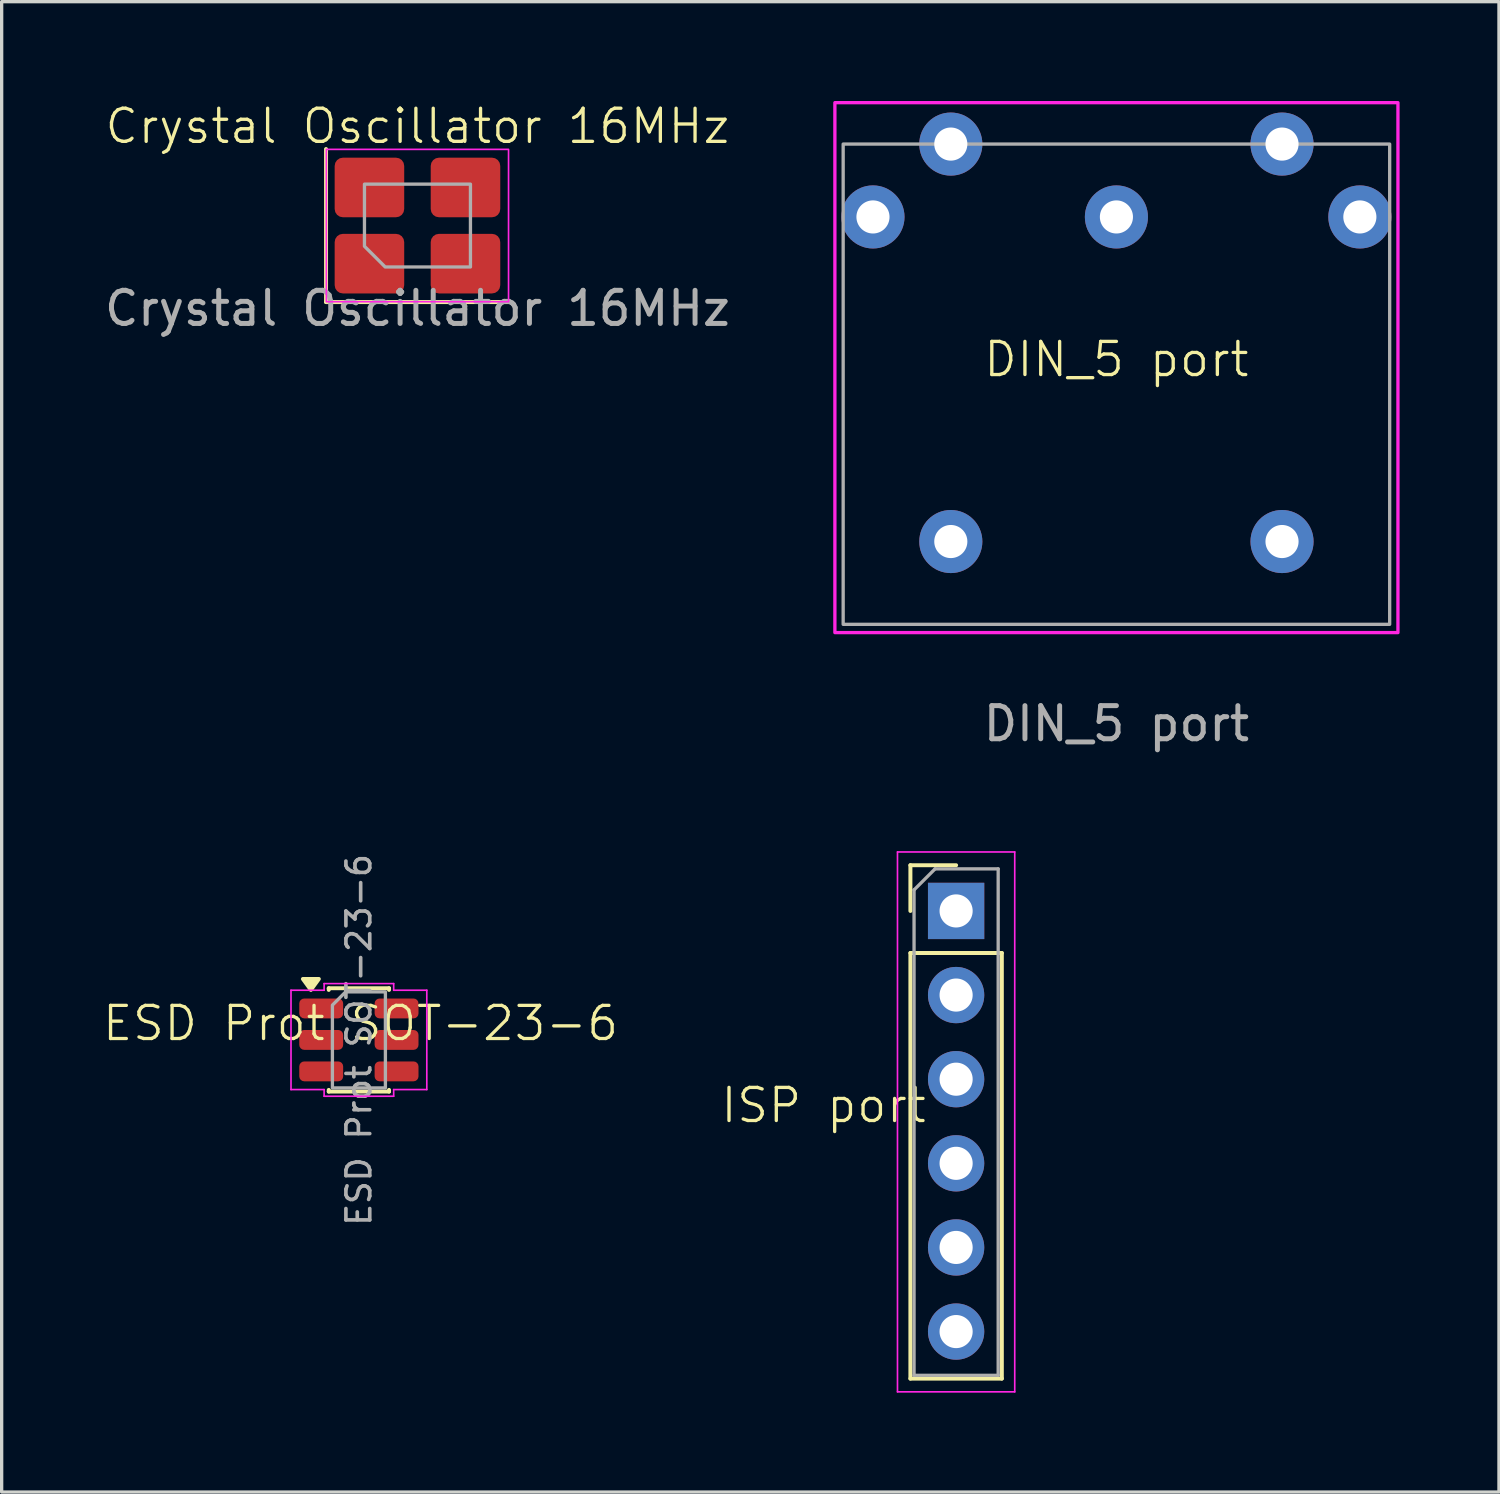
<source format=kicad_pcb>
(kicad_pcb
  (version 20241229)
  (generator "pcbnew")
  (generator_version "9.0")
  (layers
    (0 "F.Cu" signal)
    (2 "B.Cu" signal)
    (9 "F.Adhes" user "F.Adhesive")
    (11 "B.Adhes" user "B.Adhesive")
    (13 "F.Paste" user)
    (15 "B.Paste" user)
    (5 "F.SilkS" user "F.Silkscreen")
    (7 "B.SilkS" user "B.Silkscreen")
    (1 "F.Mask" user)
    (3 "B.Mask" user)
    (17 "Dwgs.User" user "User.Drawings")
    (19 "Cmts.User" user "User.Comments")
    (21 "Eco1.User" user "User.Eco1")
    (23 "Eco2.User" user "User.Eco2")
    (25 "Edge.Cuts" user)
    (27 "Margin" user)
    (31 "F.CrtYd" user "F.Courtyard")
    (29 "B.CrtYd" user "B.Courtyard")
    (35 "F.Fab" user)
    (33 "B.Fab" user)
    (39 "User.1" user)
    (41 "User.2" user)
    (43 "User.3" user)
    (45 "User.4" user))
  (footprint "Crystal Oscillator 16MHz"
    (layer "F.Cu")
    (at 9.554 3.76)
    (property "Reference" "Crystal Oscillator 16MHz" (at 0 -3 0) (unlocked yes) (layer "F.SilkS") (effects (font (size 1 1) (thickness 0.1))))
    (attr smd)
    (fp_line (start -2.76 -2.31) (end -2.76 2.31) (stroke (width 0.12) (type solid)) (layer "F.SilkS"))
    (fp_line (start -2.76 2.31) (end 2.76 2.31) (stroke (width 0.12) (type solid)) (layer "F.SilkS"))
    (fp_rect (start -2.75 -2.3) (end 2.75 2.3) (stroke (width 0.05) (type solid)) (fill no) (layer "F.CrtYd"))
    (fp_poly (pts (xy -1.6 -1.25) (xy -1.6 0.625) (xy -0.975 1.25) (xy 1.6 1.25) (xy 1.6 -1.25)) (stroke (width 0.1) (type solid)) (fill no) (layer "F.Fab"))
    (fp_text user "${REFERENCE}" (at 0 2.5 0) (unlocked yes) (layer "F.Fab") (effects (font (size 1 1) (thickness 0.15))))
    (pad "1" smd roundrect (at -1.45 1.15) (size 2.1 1.8) (layers "F.Cu" "F.Mask" "F.Paste") (roundrect_rratio 0.139))
    (pad "2" smd roundrect (at 1.45 1.15) (size 2.1 1.8) (layers "F.Cu" "F.Mask" "F.Paste") (roundrect_rratio 0.139))
    (pad "3" smd roundrect (at 1.45 -1.15) (size 2.1 1.8) (layers "F.Cu" "F.Mask" "F.Paste") (roundrect_rratio 0.139))
    (pad "4" smd roundrect (at -1.45 -1.15) (size 2.1 1.8) (layers "F.Cu" "F.Mask" "F.Paste") (roundrect_rratio 0.139)))
  (footprint "ISP port"
    (layer "F.Cu")
    (at 25.817 30.823)
    (property "Reference" "ISP port" (at -4 -0.5 0) (unlocked yes) (layer "F.SilkS") (effects (font (size 1 1) (thickness 0.1))))
    (attr smd)
    (fp_line (start -1.38 -7.75) (end 0 -7.75) (stroke (width 0.12) (type solid)) (layer "F.SilkS"))
    (fp_line (start -1.38 -6.37) (end -1.38 -7.75) (stroke (width 0.12) (type solid)) (layer "F.SilkS"))
    (fp_line (start -1.38 -5.1) (end -1.38 7.75) (stroke (width 0.12) (type solid)) (layer "F.SilkS"))
    (fp_line (start -1.38 -5.1) (end 1.38 -5.1) (stroke (width 0.12) (type solid)) (layer "F.SilkS"))
    (fp_line (start -1.38 7.75) (end 1.38 7.75) (stroke (width 0.12) (type solid)) (layer "F.SilkS"))
    (fp_line (start 1.38 -5.1) (end 1.38 7.75) (stroke (width 0.12) (type solid)) (layer "F.SilkS"))
    (fp_line (start -1.77 -8.15) (end -1.77 8.15) (stroke (width 0.05) (type solid)) (layer "F.CrtYd"))
    (fp_line (start -1.77 8.15) (end 1.77 8.15) (stroke (width 0.05) (type solid)) (layer "F.CrtYd"))
    (fp_line (start 1.77 -8.15) (end -1.77 -8.15) (stroke (width 0.05) (type solid)) (layer "F.CrtYd"))
    (fp_line (start 1.77 8.15) (end 1.77 -8.15) (stroke (width 0.05) (type solid)) (layer "F.CrtYd"))
    (fp_line (start -1.27 -7.005) (end -0.635 -7.64) (stroke (width 0.1) (type solid)) (layer "F.Fab"))
    (fp_line (start -1.27 7.65) (end -1.27 -7.005) (stroke (width 0.1) (type solid)) (layer "F.Fab"))
    (fp_line (start -0.635 -7.64) (end 1.27 -7.64) (stroke (width 0.1) (type solid)) (layer "F.Fab"))
    (fp_line (start 1.27 -7.64) (end 1.27 7.65) (stroke (width 0.1) (type solid)) (layer "F.Fab"))
    (fp_line (start 1.27 7.65) (end -1.27 7.65) (stroke (width 0.1) (type solid)) (layer "F.Fab"))
    (pad "1" thru_hole rect (at 0 -6.37) (size 1.7 1.7) (drill 1) (layers "*.Cu" "*.Mask"))
    (pad "2" thru_hole circle (at 0 -3.83) (size 1.7 1.7) (drill 1) (layers "*.Cu" "*.Mask"))
    (pad "3" thru_hole circle (at 0 -1.29) (size 1.7 1.7) (drill 1) (layers "*.Cu" "*.Mask"))
    (pad "4" thru_hole circle (at 0 1.25) (size 1.7 1.7) (drill 1) (layers "*.Cu" "*.Mask"))
    (pad "5" thru_hole circle (at 0 3.79) (size 1.7 1.7) (drill 1) (layers "*.Cu" "*.Mask"))
    (pad "6" thru_hole circle (at 0 6.33) (size 1.7 1.7) (drill 1) (layers "*.Cu" "*.Mask")))
  (footprint "ESD Prot SOT-23-6"
    (layer "F.Cu")
    (at 7.836 28.347)
    (property "Reference" "ESD Prot SOT-23-6" (at 0 -0.5 0) (unlocked yes) (layer "F.SilkS") (effects (font (size 1 1) (thickness 0.1))))
    (attr smd)
    (fp_line (start -0.96 -1.56) (end 0.86 -1.56) (stroke (width 0.12) (type solid)) (layer "F.SilkS"))
    (fp_line (start -0.96 -1.51) (end -0.96 -1.56) (stroke (width 0.12) (type solid)) (layer "F.SilkS"))
    (fp_line (start -0.96 1.56) (end -0.96 1.51) (stroke (width 0.12) (type solid)) (layer "F.SilkS"))
    (fp_line (start 0.86 -1.56) (end 0.86 -1.51) (stroke (width 0.12) (type solid)) (layer "F.SilkS"))
    (fp_line (start 0.86 1.51) (end 0.86 1.56) (stroke (width 0.12) (type solid)) (layer "F.SilkS"))
    (fp_line (start 0.86 1.56) (end -0.96 1.56) (stroke (width 0.12) (type solid)) (layer "F.SilkS"))
    (fp_poly (pts (xy -1.5 -1.51) (xy -1.74 -1.84) (xy -1.26 -1.84)) (stroke (width 0.12) (type solid)) (fill yes) (layer "F.SilkS"))
    (fp_line (start -2.1 -1.5) (end -1.1 -1.5) (stroke (width 0.05) (type solid)) (layer "F.CrtYd"))
    (fp_line (start -2.1 1.5) (end -2.1 -1.5) (stroke (width 0.05) (type solid)) (layer "F.CrtYd"))
    (fp_line (start -1.1 -1.7) (end 1 -1.7) (stroke (width 0.05) (type solid)) (layer "F.CrtYd"))
    (fp_line (start -1.1 -1.5) (end -1.1 -1.7) (stroke (width 0.05) (type solid)) (layer "F.CrtYd"))
    (fp_line (start -1.1 1.5) (end -2.1 1.5) (stroke (width 0.05) (type solid)) (layer "F.CrtYd"))
    (fp_line (start -1.1 1.7) (end -1.1 1.5) (stroke (width 0.05) (type solid)) (layer "F.CrtYd"))
    (fp_line (start 1 -1.7) (end 1 -1.5) (stroke (width 0.05) (type solid)) (layer "F.CrtYd"))
    (fp_line (start 1 -1.5) (end 2 -1.5) (stroke (width 0.05) (type solid)) (layer "F.CrtYd"))
    (fp_line (start 1 1.5) (end 1 1.7) (stroke (width 0.05) (type solid)) (layer "F.CrtYd"))
    (fp_line (start 1 1.7) (end -1.1 1.7) (stroke (width 0.05) (type solid)) (layer "F.CrtYd"))
    (fp_line (start 2 -1.5) (end 2 1.5) (stroke (width 0.05) (type solid)) (layer "F.CrtYd"))
    (fp_line (start 2 1.5) (end 1 1.5) (stroke (width 0.05) (type solid)) (layer "F.CrtYd"))
    (fp_poly (pts (xy -0.85 -1.05) (xy -0.85 1.45) (xy 0.75 1.45) (xy 0.75 -1.45) (xy -0.45 -1.45)) (stroke (width 0.1) (type solid)) (fill no) (layer "F.Fab"))
    (fp_text user "${REFERENCE}" (at -0.05 0 90) (layer "F.Fab") (effects (font (size 0.72 0.72) (thickness 0.11))))
    (pad "1" smd roundrect (at -1.188 -0.95) (size 1.325 0.6) (layers "F.Cu" "F.Mask" "F.Paste") (roundrect_rratio 0.25))
    (pad "2" smd roundrect (at -1.188 0) (size 1.325 0.6) (layers "F.Cu" "F.Mask" "F.Paste") (roundrect_rratio 0.25))
    (pad "3" smd roundrect (at -1.188 0.95) (size 1.325 0.6) (layers "F.Cu" "F.Mask" "F.Paste") (roundrect_rratio 0.25))
    (pad "4" smd roundrect (at 1.087 0.95) (size 1.325 0.6) (layers "F.Cu" "F.Mask" "F.Paste") (roundrect_rratio 0.25))
    (pad "5" smd roundrect (at 1.087 0) (size 1.325 0.6) (layers "F.Cu" "F.Mask" "F.Paste") (roundrect_rratio 0.25))
    (pad "6" smd roundrect (at 1.087 -0.95) (size 1.325 0.6) (layers "F.Cu" "F.Mask" "F.Paste") (roundrect_rratio 0.25)))
  (footprint "DIN_5 port"
    (layer "F.Cu")
    (at 30.657 8.3)
    (property "Reference" "DIN_5 port" (at 0 -0.5 0) (unlocked yes) (layer "F.SilkS") (effects (font (size 1 1) (thickness 0.1))))
    (attr smd)
    (fp_rect (start -8.5 -8.25) (end 8.5 7.75) (stroke (width 0.1) (type solid)) (fill no) (layer "F.CrtYd"))
    (fp_rect (start -8.25 -7) (end 8.25 7.5) (stroke (width 0.1) (type solid)) (fill no) (layer "F.Fab"))
    (fp_text user "${REFERENCE}" (at 0 10.5 0) (unlocked yes) (layer "F.Fab") (effects (font (size 1 1) (thickness 0.15))))
    (pad "4" thru_hole circle (at 5 -7) (size 1.905 1.905) (drill 1) (layers "*.Cu" "*.Mask"))
    (pad "5" thru_hole circle (at -5 -7) (size 1.905 1.905) (drill 1) (layers "*.Cu" "*.Mask"))
    (pad "S1" thru_hole circle (at -7.35 -4.8) (size 1.905 1.905) (drill 1) (layers "*.Cu" "*.Mask"))
    (pad "S1" thru_hole circle (at -5 5) (size 1.905 1.905) (drill 1) (layers "*.Cu" "*.Mask"))
    (pad "S1" thru_hole circle (at 0 -4.8) (size 1.905 1.905) (drill 1) (layers "*.Cu" "*.Mask"))
    (pad "S1" thru_hole circle (at 5 5) (size 1.905 1.905) (drill 1) (layers "*.Cu" "*.Mask"))
    (pad "S1" thru_hole circle (at 7.35 -4.8) (size 1.905 1.905) (drill 1) (layers "*.Cu" "*.Mask")))
  (gr_rect
    (start -3 -3)
    (end 42.207 41.998)
    (stroke (width 0.1) (type default))
    (fill no)
    (layer "Edge.Cuts")))
</source>
